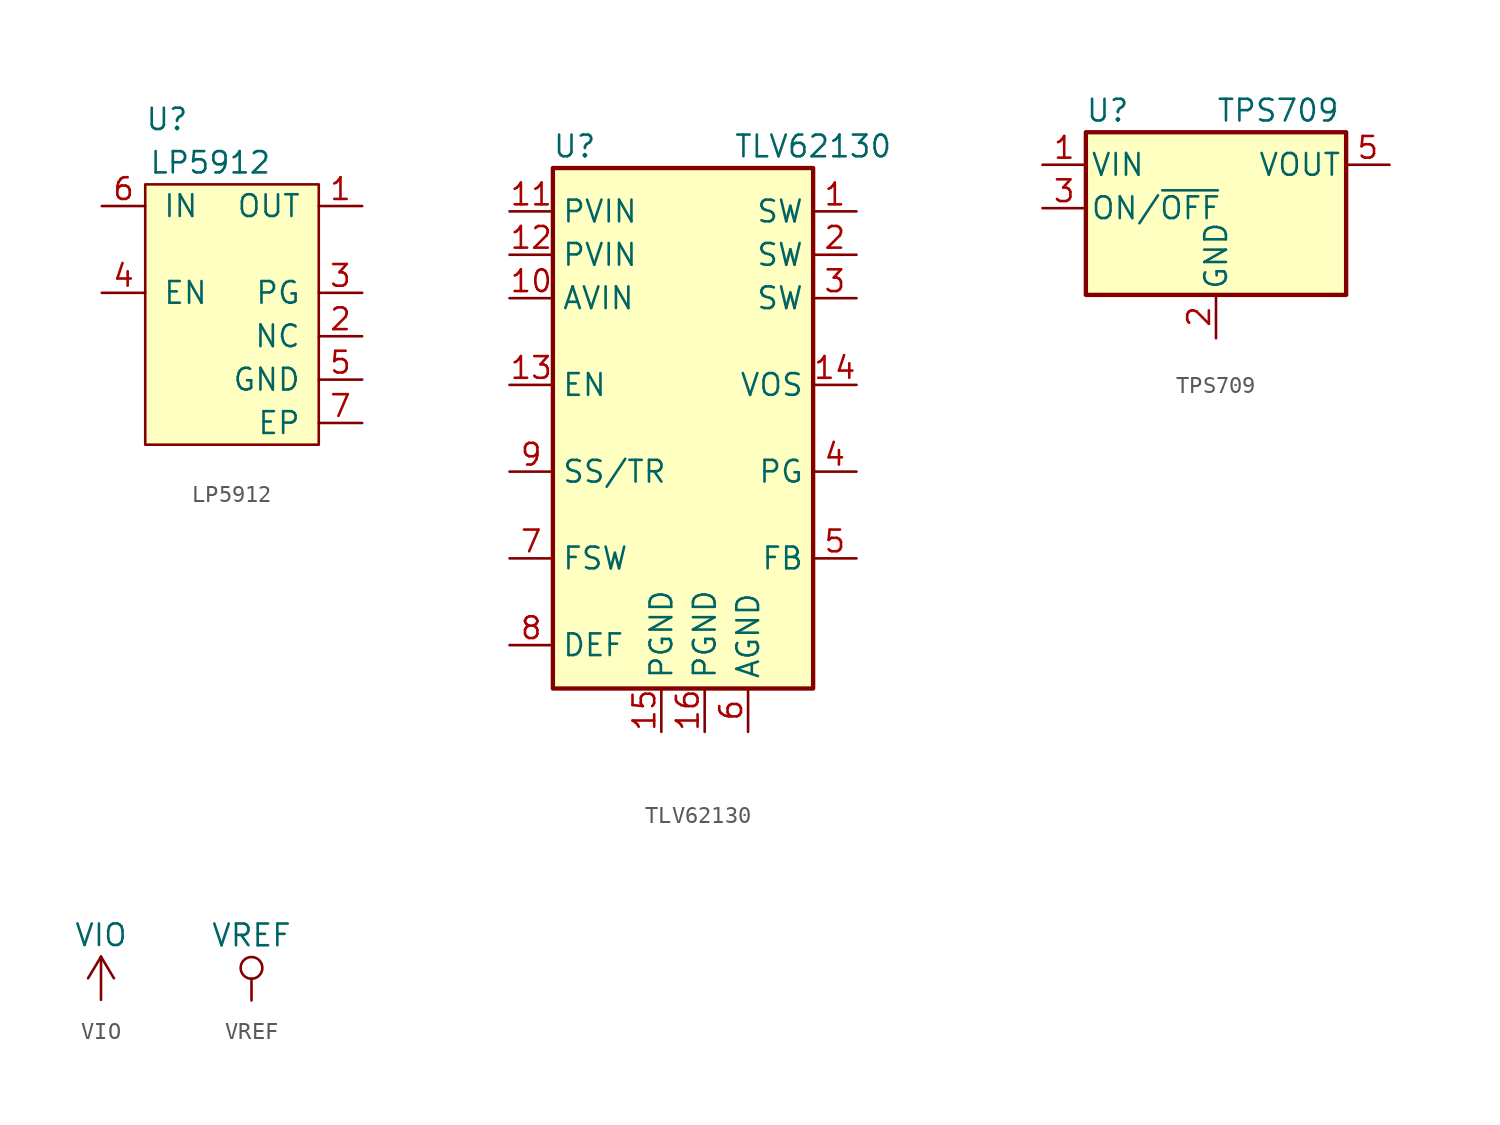
<source format=kicad_sym>
(kicad_symbol_lib
  (version 20241209)
  (generator "kicad_symbol_editor")
  (generator_version "9.0")
  (symbol "LP5912"
    (pin_names
      (offset 1.016))
    (property "Reference" "U"
      (at -3.81 11.43 0)
      (effects (font (size 1.245 1.245))))
    (property "Value" "LP5912"
      (at -1.27 8.89 0)
      (effects (font (size 1.245 1.245))))
    (symbol "LP5912_0_1"
      (rectangle (start -5.08 7.62) (end 5.08 -7.62) (stroke (width 0) (type default)) (fill (type background))))
    (symbol "LP5912_1_1"
      (pin passive line (at -7.62 6.35 0) (length 2.54) (name "IN" (effects (font (size 1.27 1.27)))) (number "6" (effects (font (size 1.27 1.27)))))
      (pin passive line (at -7.62 1.27 0) (length 2.54) (name "EN" (effects (font (size 1.27 1.27)))) (number "4" (effects (font (size 1.27 1.27)))))
      (pin power_out line (at 7.62 6.35 180) (length 2.54) (name "OUT" (effects (font (size 1.27 1.27)))) (number "1" (effects (font (size 1.27 1.27)))))
      (pin passive line (at 7.62 1.27 180) (length 2.54) (name "PG" (effects (font (size 1.27 1.27)))) (number "3" (effects (font (size 1.27 1.27)))))
      (pin passive line (at 7.62 -1.27 180) (length 2.54) (name "NC" (effects (font (size 1.27 1.27)))) (number "2" (effects (font (size 1.27 1.27)))))
      (pin passive line (at 7.62 -3.81 180) (length 2.54) (name "GND" (effects (font (size 1.27 1.27)))) (number "5" (effects (font (size 1.27 1.27)))))
      (pin passive line (at 7.62 -6.35 180) (length 2.54) (name "EP" (effects (font (size 1.27 1.27)))) (number "7" (effects (font (size 1.27 1.27)))))))
  (symbol "TLV62130"
    (property "Reference" "U"
      (at -6.35 16.51 0)
      (effects (font (size 1.27 1.27))))
    (property "Value" "TLV62130"
      (at 7.62 16.51 0)
      (effects (font (size 1.27 1.27))))
    (symbol "TLV62130_0_1"
      (rectangle (start -7.62 -15.24) (end 7.62 15.24) (stroke (width 0.254) (type default)) (fill (type background)))
      (pin power_in line (at -10.16 12.7 0) (length 2.54) (name "PVIN" (effects (font (size 1.27 1.27)))) (number "11" (effects (font (size 1.27 1.27)))))
      (pin power_in line (at -10.16 10.16 0) (length 2.54) (name "PVIN" (effects (font (size 1.27 1.27)))) (number "12" (effects (font (size 1.27 1.27)))))
      (pin power_in line (at -10.16 7.62 0) (length 2.54) (name "AVIN" (effects (font (size 1.27 1.27)))) (number "10" (effects (font (size 1.27 1.27)))))
      (pin input line (at -10.16 2.54 0) (length 2.54) (name "EN" (effects (font (size 1.27 1.27)))) (number "13" (effects (font (size 1.27 1.27)))))
      (pin passive line (at 3.81 -17.78 90) (length 2.54) (hide yes) (name "AGND" (effects (font (size 1.27 1.27)))) (number "17" (effects (font (size 1.27 1.27)))))
      (pin power_in line (at 3.81 -17.78 90) (length 2.54) (name "AGND" (effects (font (size 1.27 1.27)))) (number "6" (effects (font (size 1.27 1.27)))))
      (pin power_out line (at 10.16 12.7 180) (length 2.54) (name "SW" (effects (font (size 1.27 1.27)))) (number "1" (effects (font (size 1.27 1.27)))))
      (pin power_out line (at 10.16 10.16 180) (length 2.54) (name "SW" (effects (font (size 1.27 1.27)))) (number "2" (effects (font (size 1.27 1.27)))))
      (pin tri_state line (at 10.16 -2.54 180) (length 2.54) (name "PG" (effects (font (size 1.27 1.27)))) (number "4" (effects (font (size 1.27 1.27)))))
      (pin input line (at 10.16 -7.62 180) (length 2.54) (name "FB" (effects (font (size 1.27 1.27)))) (number "5" (effects (font (size 1.27 1.27))))))
    (symbol "TLV62130_1_1"
      (pin input line (at -10.16 -2.54 0) (length 2.54) (name "SS/TR" (effects (font (size 1.27 1.27)))) (number "9" (effects (font (size 1.27 1.27)))))
      (pin passive line (at -10.16 -7.62 0) (length 2.54) (name "FSW" (effects (font (size 1.27 1.27)))) (number "7" (effects (font (size 1.27 1.27)))))
      (pin input line (at -10.16 -12.7 0) (length 2.54) (name "DEF" (effects (font (size 1.27 1.27)))) (number "8" (effects (font (size 1.27 1.27)))))
      (pin power_in line (at -1.27 -17.78 90) (length 2.54) (name "PGND" (effects (font (size 1.27 1.27)))) (number "15" (effects (font (size 1.27 1.27)))))
      (pin power_in line (at 1.27 -17.78 90) (length 2.54) (name "PGND" (effects (font (size 1.27 1.27)))) (number "16" (effects (font (size 1.27 1.27)))))
      (pin power_out line (at 10.16 7.62 180) (length 2.54) (name "SW" (effects (font (size 1.27 1.27)))) (number "3" (effects (font (size 1.27 1.27)))))
      (pin input line (at 10.16 2.54 180) (length 2.54) (name "VOS" (effects (font (size 1.27 1.27)))) (number "14" (effects (font (size 1.27 1.27)))))))
  (symbol "TPS709"
    (pin_names
      (offset 0.254))
    (property "Reference" "U"
      (at -6.35 5.715 0)
      (effects (font (size 1.27 1.27))))
    (property "Value" "TPS709"
      (at 0 5.715 0)
      (effects (font (size 1.27 1.27)) (justify left)))
    (symbol "TPS709_0_1"
      (rectangle (start -7.62 -5.08) (end 7.62 4.445) (stroke (width 0.254) (type default)) (fill (type background))))
    (symbol "TPS709_1_1"
      (pin power_in line (at -10.16 2.54 0) (length 2.54) (name "VIN" (effects (font (size 1.27 1.27)))) (number "1" (effects (font (size 1.27 1.27)))))
      (pin input line (at -10.16 0 0) (length 2.54) (name "ON/~{OFF}" (effects (font (size 1.27 1.27)))) (number "3" (effects (font (size 1.27 1.27)))))
      (pin power_in line (at 0 -7.62 90) (length 2.54) (name "GND" (effects (font (size 1.27 1.27)))) (number "2" (effects (font (size 1.27 1.27)))))
      (pin power_out line (at 10.16 2.54 180) (length 2.54) (name "VOUT" (effects (font (size 1.27 1.27)))) (number "5" (effects (font (size 1.27 1.27)))))))
  (symbol "VIO"
    (power)
    (pin_names
      (offset 0))
    (property "Reference" "#PWR"
      (at 0 -3.81 0)
      (effects (font (size 1.27 1.27)) (hide yes)))
    (property "Value" "VIO"
      (at 0 3.81 0)
      (effects (font (size 1.27 1.27))))
    (symbol "VIO_0_1"
      (polyline (pts (xy -0.762 1.27) (xy 0 2.54)) (stroke (width 0) (type default)) (fill (type none)))
      (polyline (pts (xy 0 2.54) (xy 0.762 1.27)) (stroke (width 0) (type default)) (fill (type none)))
      (polyline (pts (xy 0 0) (xy 0 2.54)) (stroke (width 0) (type default)) (fill (type none))))
    (symbol "VIO_1_1"
      (pin power_in line (at 0 0 90) (length 0) (hide yes) (name "VIO" (effects (font (size 1.27 1.27)))) (number "1" (effects (font (size 1.27 1.27)))))))
  (symbol "VREF"
    (power)
    (pin_names
      (offset 0))
    (property "Reference" "#PWR"
      (at 0 -3.81 0)
      (effects (font (size 1.27 1.27)) (hide yes)))
    (property "Value" "VREF"
      (at 0 3.81 0)
      (effects (font (size 1.27 1.27))))
    (symbol "VREF_0_1"
      (circle (center 0 1.905) (radius 0.635) (stroke (width 0) (type default)) (fill (type none)))
      (polyline (pts (xy 0 0) (xy 0 1.27)) (stroke (width 0) (type default)) (fill (type none))))
    (symbol "VREF_1_1"
      (pin power_in line (at 0 0 90) (length 0) (hide yes) (name "VDDA" (effects (font (size 1.27 1.27)))) (number "1" (effects (font (size 1.27 1.27))))))))
</source>
